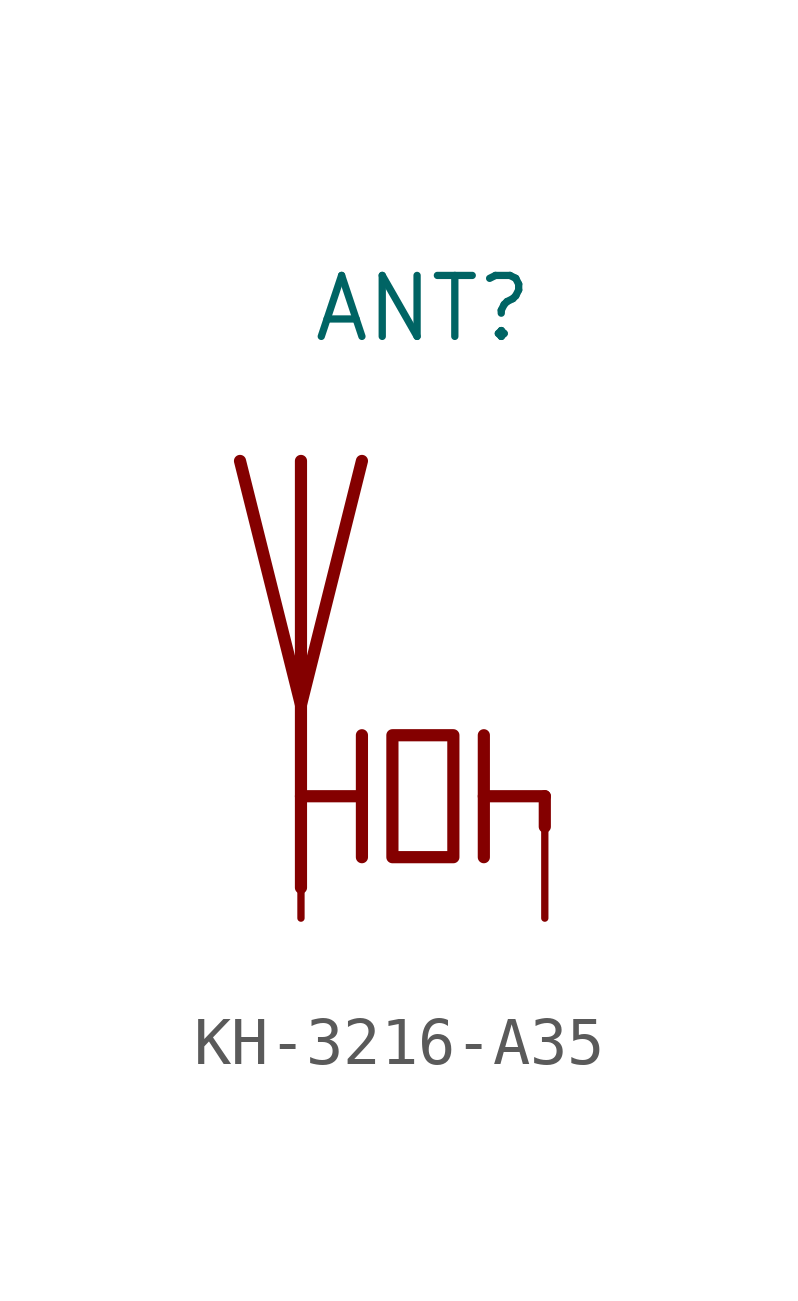
<source format=kicad_sym>
(kicad_symbol_lib
  (version 20231120)
  (generator "kicad_symbol_editor")
  (generator_version "8.0")
  (symbol "KH-3216-A35"
    (pin_numbers hide)
    (pin_names
      (offset 0) hide)
    (property "Reference" "ANT"
      (at 0 10.16 0)
      (effects (font (size 1.27 1.27))))
    (symbol "KH-3216-A35_0_1"
      (polyline (pts (xy -2.54 -0.635) (xy -2.54 0)) (stroke (width 0) (type default)) (fill (type none)))
      (polyline (pts (xy -2.54 6.985) (xy -2.54 -1.905)) (stroke (width 0.254) (type default)) (fill (type none)))
      (polyline (pts (xy -1.27 0) (xy -2.54 0)) (stroke (width 0.254) (type default)) (fill (type none)))
      (polyline (pts (xy -1.27 1.27) (xy -1.27 -1.27)) (stroke (width 0.254) (type default)) (fill (type none)))
      (polyline (pts (xy 2.54 0) (xy 1.27 0)) (stroke (width 0.254) (type default)) (fill (type none)))
      (polyline (pts (xy 2.54 0) (xy 2.54 -0.635)) (stroke (width 0.254) (type default)) (fill (type none)))
      (polyline (pts (xy -3.81 6.985) (xy -2.54 1.905) (xy -1.27 6.985)) (stroke (width 0.254) (type default)) (fill (type none)))
      (polyline (pts (xy 1.27 1.27) (xy 1.27 -1.27) (xy 1.27 0)) (stroke (width 0.254) (type default)) (fill (type none)))
      (polyline (pts (xy 0.635 1.27) (xy -0.635 1.27) (xy -0.635 -1.27) (xy 0.635 -1.27) (xy 0.635 1.27)) (stroke (width 0.254) (type default)) (fill (type none))))
    (symbol "KH-3216-A35_1_1"
      (pin input line (at 2.54 -2.54 90) (length 2.54) (name "FEED" (effects (font (size 1.27 1.27)))) (number "1" (effects (font (size 1.27 1.27)))))
      (pin passive line (at -2.54 -2.54 90) (length 2.54) (name "PCB_Trace" (effects (font (size 1.27 1.27)))) (number "2" (effects (font (size 1.27 1.27))))))))
</source>
